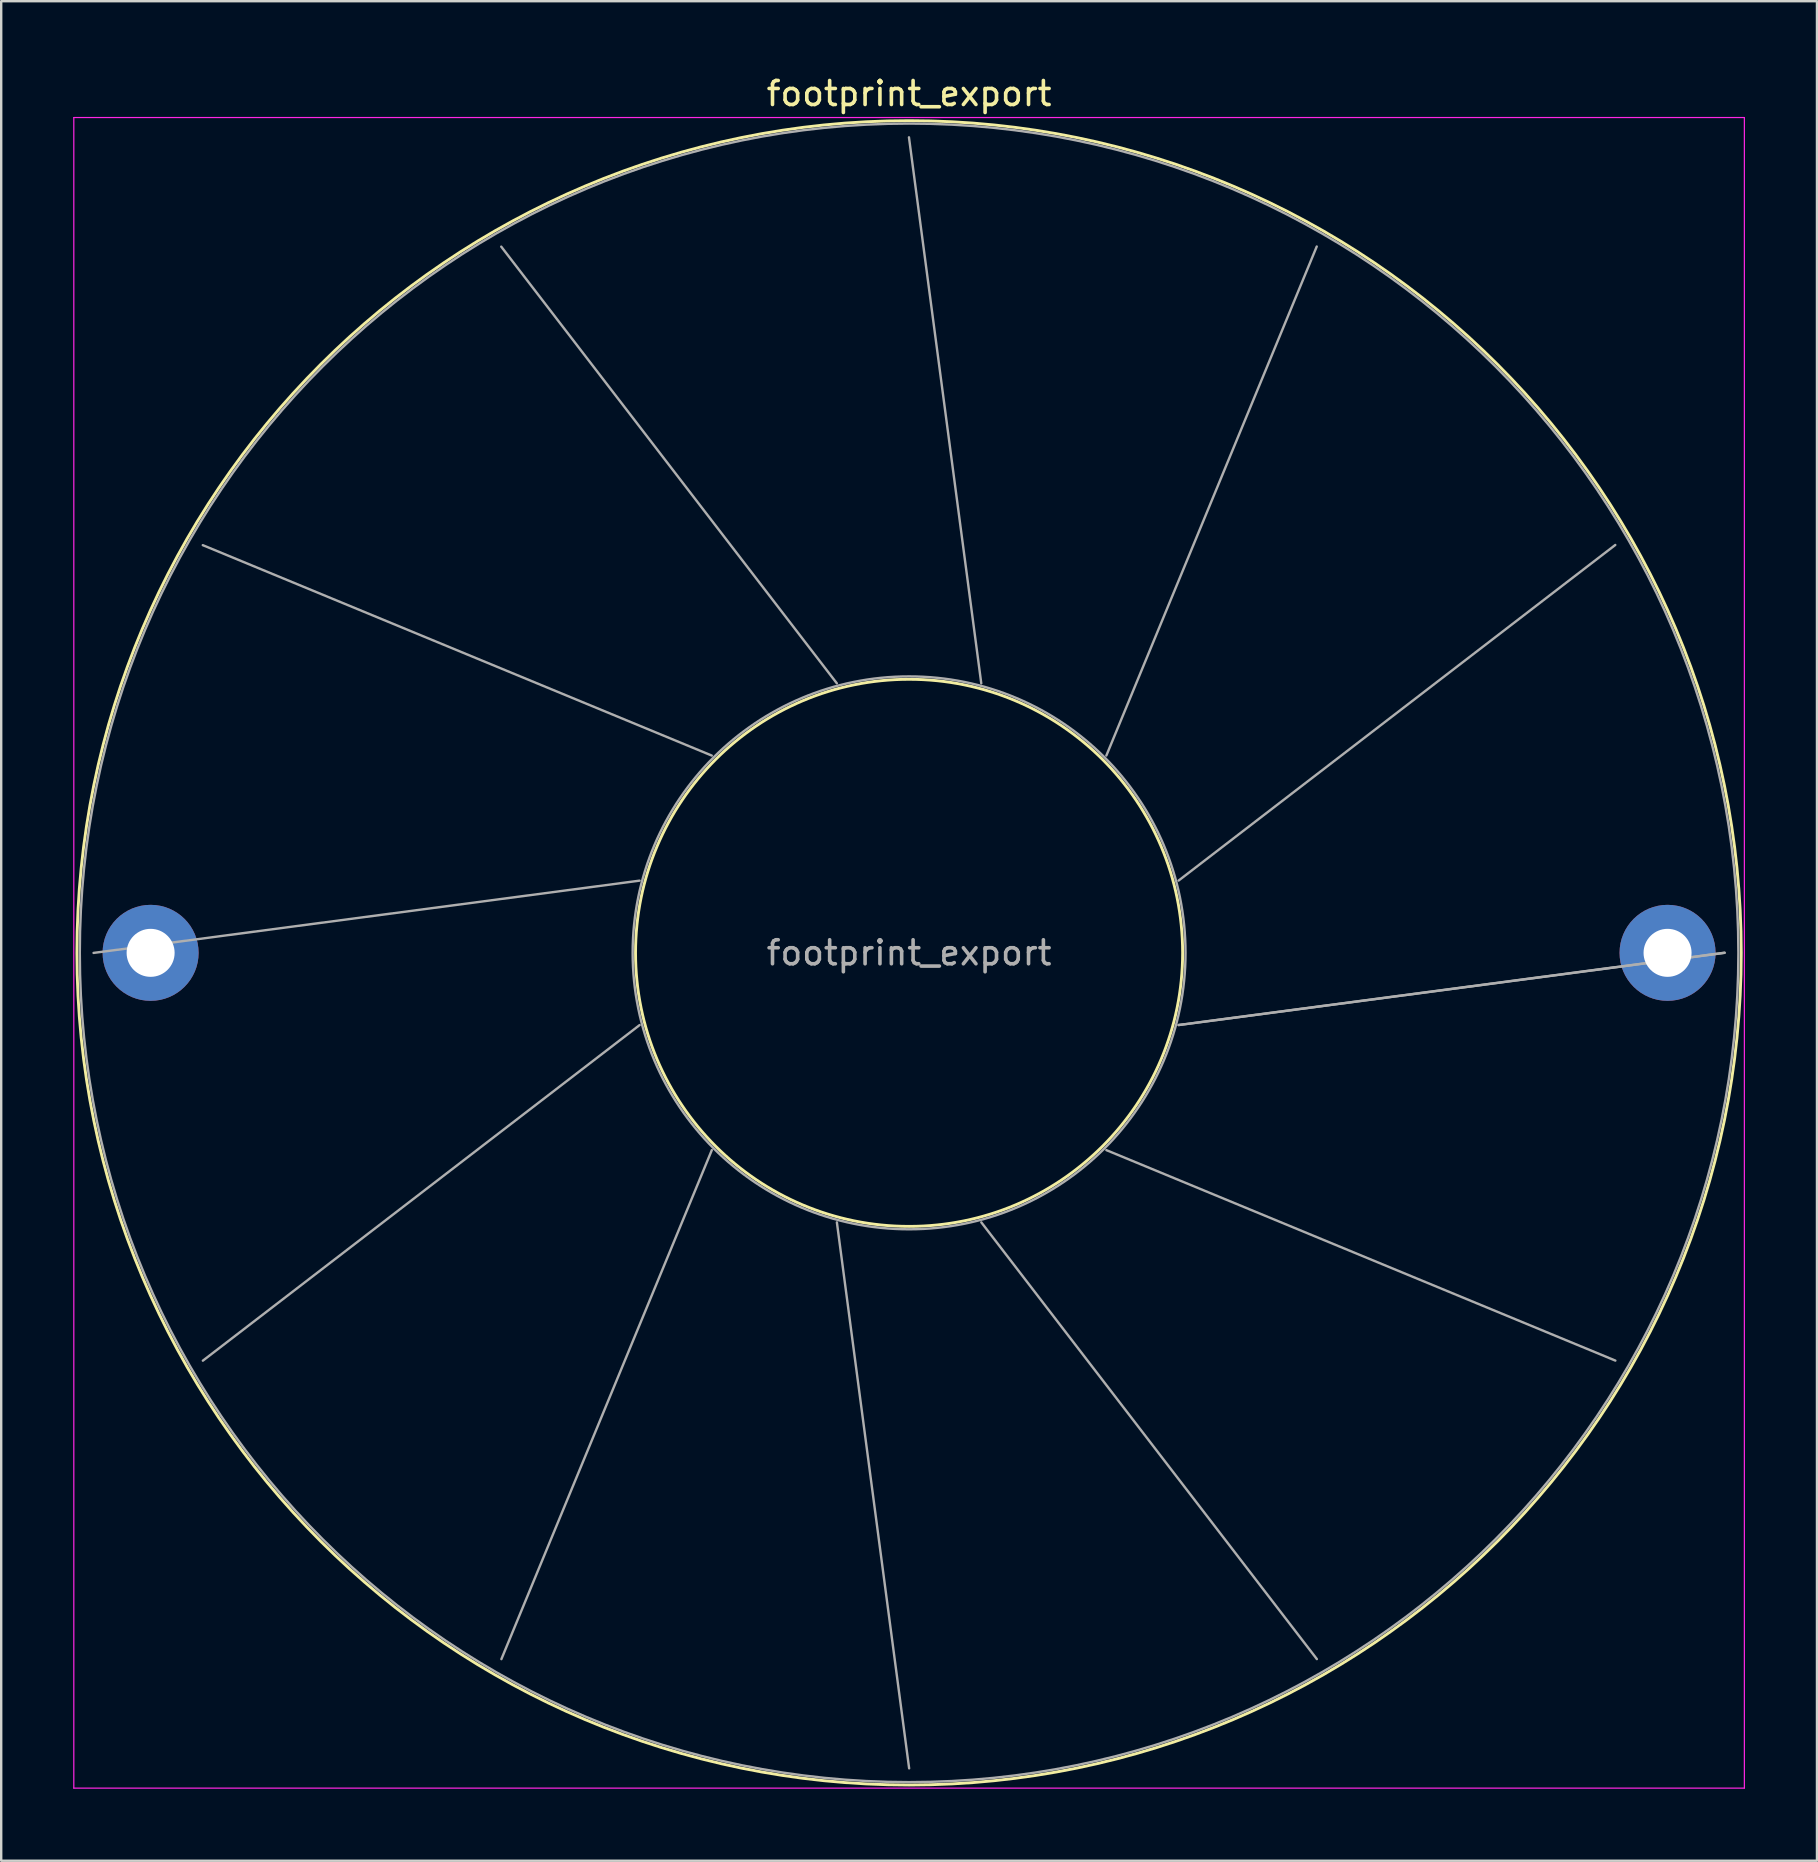
<source format=kicad_pcb>
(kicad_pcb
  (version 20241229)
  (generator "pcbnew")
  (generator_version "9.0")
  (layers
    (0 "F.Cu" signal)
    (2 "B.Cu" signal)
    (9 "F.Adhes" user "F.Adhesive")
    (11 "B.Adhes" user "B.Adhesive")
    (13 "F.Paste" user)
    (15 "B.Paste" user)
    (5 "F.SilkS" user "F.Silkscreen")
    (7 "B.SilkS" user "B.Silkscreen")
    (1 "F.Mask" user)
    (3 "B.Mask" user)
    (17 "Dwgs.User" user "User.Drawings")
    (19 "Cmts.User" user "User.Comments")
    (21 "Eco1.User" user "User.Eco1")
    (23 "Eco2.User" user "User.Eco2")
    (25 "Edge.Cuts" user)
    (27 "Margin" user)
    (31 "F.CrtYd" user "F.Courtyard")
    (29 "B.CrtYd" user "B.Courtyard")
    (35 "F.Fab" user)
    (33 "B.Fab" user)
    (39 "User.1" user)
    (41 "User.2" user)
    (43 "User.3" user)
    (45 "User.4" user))
  (footprint "footprint_export"
    (layer "F.Cu")
    (at 3.225 36.648)
    (property "Reference" "footprint_export" (at 31.6 -35.8 0) (layer "F.SilkS") (effects (font (size 1 1) (thickness 0.15))))
    (attr through_hole)
    (fp_circle (center 31.6 0) (end 42.997 0) (stroke (width 0.12) (type solid)) (fill no) (layer "F.SilkS"))
    (fp_circle (center 31.6 0) (end 66.27 0) (stroke (width 0.12) (type solid)) (fill no) (layer "F.SilkS"))
    (fp_line (start -3.2 -34.8) (end -3.2 34.8) (stroke (width 0.05) (type solid)) (layer "F.CrtYd"))
    (fp_line (start -3.2 34.8) (end 66.4 34.8) (stroke (width 0.05) (type solid)) (layer "F.CrtYd"))
    (fp_line (start 66.4 -34.8) (end -3.2 -34.8) (stroke (width 0.05) (type solid)) (layer "F.CrtYd"))
    (fp_line (start 66.4 34.8) (end 66.4 -34.8) (stroke (width 0.05) (type solid)) (layer "F.CrtYd"))
    (fp_line (start -2.377 0.003) (end 20.371 -3.008) (stroke (width 0.1) (type solid)) (layer "F.Fab"))
    (fp_line (start 2.174 -16.985) (end 23.379 -8.219) (stroke (width 0.1) (type solid)) (layer "F.Fab"))
    (fp_line (start 2.177 16.991) (end 20.372 3.01) (stroke (width 0.1) (type solid)) (layer "F.Fab"))
    (fp_line (start 14.608 -29.422) (end 28.59 -11.228) (stroke (width 0.1) (type solid)) (layer "F.Fab"))
    (fp_line (start 14.614 29.426) (end 23.381 8.22) (stroke (width 0.1) (type solid)) (layer "F.Fab"))
    (fp_line (start 31.595 -33.977) (end 34.607 -11.229) (stroke (width 0.1) (type solid)) (layer "F.Fab"))
    (fp_line (start 31.602 33.977) (end 28.592 11.229) (stroke (width 0.1) (type solid)) (layer "F.Fab"))
    (fp_line (start 48.584 -29.427) (end 39.819 -8.221) (stroke (width 0.1) (type solid)) (layer "F.Fab"))
    (fp_line (start 48.589 29.424) (end 34.609 11.228) (stroke (width 0.1) (type solid)) (layer "F.Fab"))
    (fp_line (start 61.022 -16.993) (end 42.828 -3.011) (stroke (width 0.1) (type solid)) (layer "F.Fab"))
    (fp_line (start 61.025 16.988) (end 39.82 8.22) (stroke (width 0.1) (type solid)) (layer "F.Fab"))
    (fp_line (start 65.577 -0.006) (end 42.829 3.006) (stroke (width 0.1) (type solid)) (layer "F.Fab"))
    (fp_line (start 65.577 0) (end 42.829 3.009) (stroke (width 0.1) (type solid)) (layer "F.Fab"))
    (fp_circle (center 31.6 0) (end 43.117 0) (stroke (width 0.1) (type solid)) (fill no) (layer "F.Fab"))
    (fp_circle (center 31.6 0) (end 66.15 0) (stroke (width 0.1) (type solid)) (fill no) (layer "F.Fab"))
    (fp_text user "${REFERENCE}" (at 31.6 0 0) (layer "F.Fab") (effects (font (size 1 1) (thickness 0.15))))
    (pad "1" thru_hole circle (at 0 0) (size 4 4) (drill 2) (layers "*.Cu" "*.Mask"))
    (pad "2" thru_hole circle (at 63.2 0) (size 4 4) (drill 2) (layers "*.Cu" "*.Mask")))
  (gr_rect
    (start -3 -3)
    (end 72.65 74.473)
    (stroke (width 0.1) (type default))
    (fill no)
    (layer "Edge.Cuts")))
</source>
